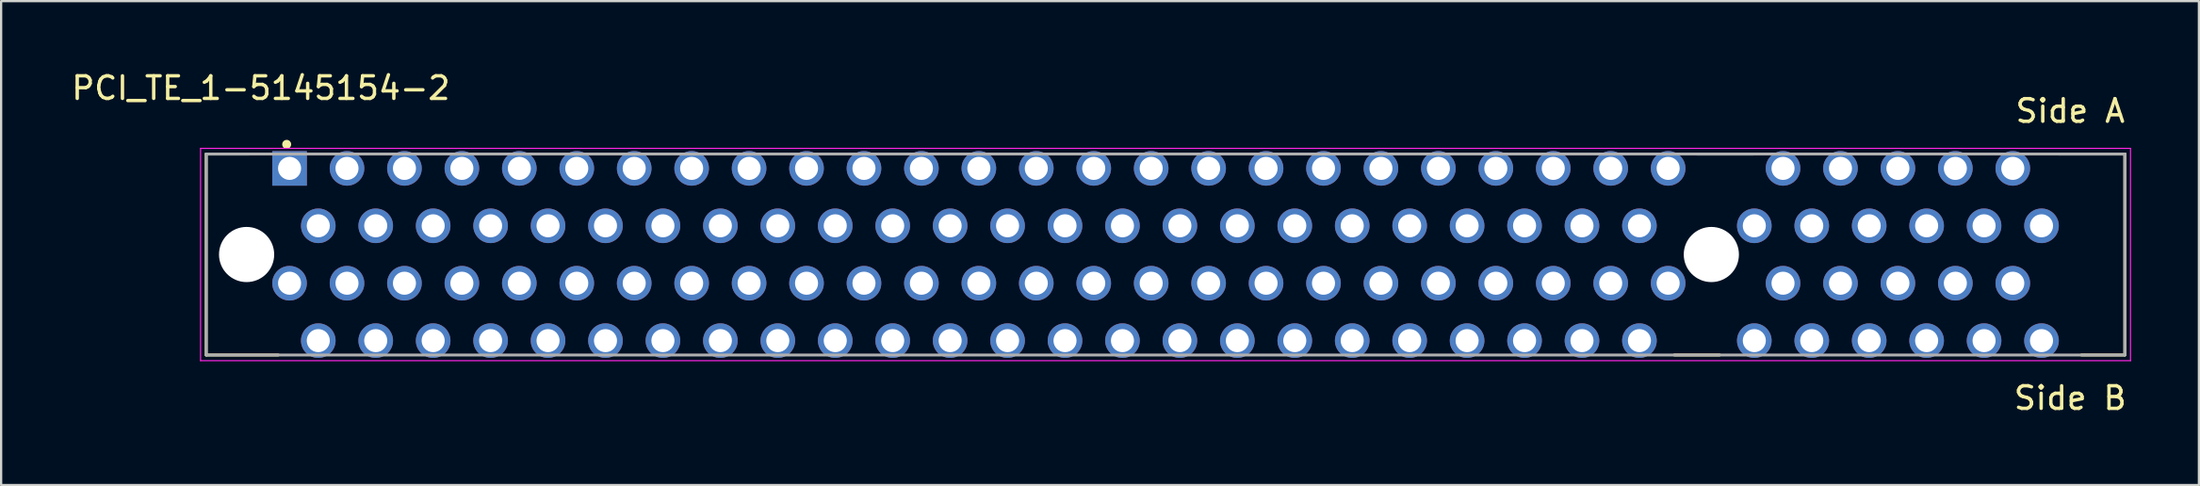
<source format=kicad_pcb>
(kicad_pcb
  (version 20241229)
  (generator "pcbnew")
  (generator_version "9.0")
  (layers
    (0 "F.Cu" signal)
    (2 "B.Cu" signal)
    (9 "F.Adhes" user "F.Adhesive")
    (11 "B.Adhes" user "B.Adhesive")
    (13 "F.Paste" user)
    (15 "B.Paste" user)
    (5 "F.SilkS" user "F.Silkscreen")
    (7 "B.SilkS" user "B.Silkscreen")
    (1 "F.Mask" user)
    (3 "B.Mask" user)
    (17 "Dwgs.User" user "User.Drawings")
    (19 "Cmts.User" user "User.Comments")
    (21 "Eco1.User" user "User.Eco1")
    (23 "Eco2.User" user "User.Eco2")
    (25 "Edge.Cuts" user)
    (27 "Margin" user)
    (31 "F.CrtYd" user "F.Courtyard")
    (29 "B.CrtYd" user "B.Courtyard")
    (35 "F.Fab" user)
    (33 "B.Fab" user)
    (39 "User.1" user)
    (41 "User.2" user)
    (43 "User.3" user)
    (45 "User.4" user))
  (footprint "PCI_TE_1-5145154-2"
    (layer "F.Cu")
    (at 50.394 6.938)
    (property "Reference" "PCI_TE_1-5145154-2" (at -41.91 -6.09 180) (layer "F.SilkS") (effects (font (size 1 1) (thickness 0.15))))
    (attr through_hole)
    (fp_line (start -44.325 -3.175) (end -42.415 -3.175) (stroke (width 0.127) (type solid)) (layer "F.SilkS"))
    (fp_line (start -44.325 5.715) (end -44.325 -3.175) (stroke (width 0.127) (type solid)) (layer "F.SilkS"))
    (fp_line (start -41.14 5.715) (end -44.325 5.715) (stroke (width 0.127) (type solid)) (layer "F.SilkS"))
    (fp_line (start 22.595 5.715) (end 20.595 5.715) (stroke (width 0.127) (type solid)) (layer "F.SilkS"))
    (fp_line (start 24.095 -3.175) (end 21.595 -3.175) (stroke (width 0.127) (type solid)) (layer "F.SilkS"))
    (fp_line (start 40.515 -3.175) (end 37.595 -3.175) (stroke (width 0.127) (type solid)) (layer "F.SilkS"))
    (fp_line (start 40.515 -3.175) (end 40.515 5.715) (stroke (width 0.127) (type solid)) (layer "F.SilkS"))
    (fp_line (start 40.515 5.715) (end 38.595 5.715) (stroke (width 0.127) (type solid)) (layer "F.SilkS"))
    (fp_circle (center -40.767 -3.603) (end -40.867 -3.603) (stroke (width 0.2) (type solid)) (fill no) (layer "F.SilkS"))
    (fp_line (start -44.575 -3.425) (end 40.765 -3.425) (stroke (width 0.05) (type solid)) (layer "F.CrtYd"))
    (fp_line (start -44.575 5.965) (end -44.575 -3.425) (stroke (width 0.05) (type solid)) (layer "F.CrtYd"))
    (fp_line (start 40.765 -3.425) (end 40.765 5.965) (stroke (width 0.05) (type solid)) (layer "F.CrtYd"))
    (fp_line (start 40.765 5.965) (end -44.575 5.965) (stroke (width 0.05) (type solid)) (layer "F.CrtYd"))
    (fp_line (start -44.325 -3.175) (end 40.515 -3.175) (stroke (width 0.127) (type solid)) (layer "F.Fab"))
    (fp_line (start -44.325 5.715) (end -44.325 -3.175) (stroke (width 0.127) (type solid)) (layer "F.Fab"))
    (fp_line (start 40.515 -3.175) (end 40.515 5.715) (stroke (width 0.127) (type solid)) (layer "F.Fab"))
    (fp_line (start 40.515 5.715) (end -44.325 5.715) (stroke (width 0.127) (type solid)) (layer "F.Fab"))
    (fp_text user "Side A" (at 38.1 -5.08 0) (unlocked yes) (layer "F.SilkS") (effects (font (size 1 1) (thickness 0.15))))
    (fp_text user "Side B" (at 38.1 7.62 0) (unlocked yes) (layer "F.SilkS") (effects (font (size 1 1) (thickness 0.15))))
    (pad "" np_thru_hole circle (at -42.54 1.27 180) (size 2.44 2.44) (drill 2.44) (layers "*.Cu" "*.Mask"))
    (pad "" np_thru_hole circle (at 22.23 1.27 180) (size 2.44 2.44) (drill 2.44) (layers "*.Cu" "*.Mask"))
    (pad "A1" thru_hole rect (at -40.64 -2.54 180) (size 1.53 1.53) (drill 1.02) (layers "*.Cu" "*.Mask"))
    (pad "A2" thru_hole circle (at -39.37 0 180) (size 1.53 1.53) (drill 1.02) (layers "*.Cu" "*.Mask"))
    (pad "A3" thru_hole circle (at -38.1 -2.54 180) (size 1.53 1.53) (drill 1.02) (layers "*.Cu" "*.Mask"))
    (pad "A4" thru_hole circle (at -36.83 0 180) (size 1.53 1.53) (drill 1.02) (layers "*.Cu" "*.Mask"))
    (pad "A5" thru_hole circle (at -35.56 -2.54 180) (size 1.53 1.53) (drill 1.02) (layers "*.Cu" "*.Mask"))
    (pad "A6" thru_hole circle (at -34.29 0 180) (size 1.53 1.53) (drill 1.02) (layers "*.Cu" "*.Mask"))
    (pad "A7" thru_hole circle (at -33.02 -2.54 180) (size 1.53 1.53) (drill 1.02) (layers "*.Cu" "*.Mask"))
    (pad "A8" thru_hole circle (at -31.75 0 180) (size 1.53 1.53) (drill 1.02) (layers "*.Cu" "*.Mask"))
    (pad "A9" thru_hole circle (at -30.48 -2.54 180) (size 1.53 1.53) (drill 1.02) (layers "*.Cu" "*.Mask"))
    (pad "A10" thru_hole circle (at -29.21 0 180) (size 1.53 1.53) (drill 1.02) (layers "*.Cu" "*.Mask"))
    (pad "A11" thru_hole circle (at -27.94 -2.54 180) (size 1.53 1.53) (drill 1.02) (layers "*.Cu" "*.Mask"))
    (pad "A12" thru_hole circle (at -26.67 0 180) (size 1.53 1.53) (drill 1.02) (layers "*.Cu" "*.Mask"))
    (pad "A13" thru_hole circle (at -25.4 -2.54 180) (size 1.53 1.53) (drill 1.02) (layers "*.Cu" "*.Mask"))
    (pad "A14" thru_hole circle (at -24.13 0 180) (size 1.53 1.53) (drill 1.02) (layers "*.Cu" "*.Mask"))
    (pad "A15" thru_hole circle (at -22.86 -2.54 180) (size 1.53 1.53) (drill 1.02) (layers "*.Cu" "*.Mask"))
    (pad "A16" thru_hole circle (at -21.59 0 180) (size 1.53 1.53) (drill 1.02) (layers "*.Cu" "*.Mask"))
    (pad "A17" thru_hole circle (at -20.32 -2.54 180) (size 1.53 1.53) (drill 1.02) (layers "*.Cu" "*.Mask"))
    (pad "A18" thru_hole circle (at -19.05 0 180) (size 1.53 1.53) (drill 1.02) (layers "*.Cu" "*.Mask"))
    (pad "A19" thru_hole circle (at -17.78 -2.54 180) (size 1.53 1.53) (drill 1.02) (layers "*.Cu" "*.Mask"))
    (pad "A20" thru_hole circle (at -16.51 0 180) (size 1.53 1.53) (drill 1.02) (layers "*.Cu" "*.Mask"))
    (pad "A21" thru_hole circle (at -15.24 -2.54 180) (size 1.53 1.53) (drill 1.02) (layers "*.Cu" "*.Mask"))
    (pad "A22" thru_hole circle (at -13.97 0 180) (size 1.53 1.53) (drill 1.02) (layers "*.Cu" "*.Mask"))
    (pad "A23" thru_hole circle (at -12.7 -2.54 180) (size 1.53 1.53) (drill 1.02) (layers "*.Cu" "*.Mask"))
    (pad "A24" thru_hole circle (at -11.43 0 180) (size 1.53 1.53) (drill 1.02) (layers "*.Cu" "*.Mask"))
    (pad "A25" thru_hole circle (at -10.16 -2.54 180) (size 1.53 1.53) (drill 1.02) (layers "*.Cu" "*.Mask"))
    (pad "A26" thru_hole circle (at -8.89 0 180) (size 1.53 1.53) (drill 1.02) (layers "*.Cu" "*.Mask"))
    (pad "A27" thru_hole circle (at -7.62 -2.54 180) (size 1.53 1.53) (drill 1.02) (layers "*.Cu" "*.Mask"))
    (pad "A28" thru_hole circle (at -6.35 0 180) (size 1.53 1.53) (drill 1.02) (layers "*.Cu" "*.Mask"))
    (pad "A29" thru_hole circle (at -5.08 -2.54 180) (size 1.53 1.53) (drill 1.02) (layers "*.Cu" "*.Mask"))
    (pad "A30" thru_hole circle (at -3.81 0 180) (size 1.53 1.53) (drill 1.02) (layers "*.Cu" "*.Mask"))
    (pad "A31" thru_hole circle (at -2.54 -2.54 180) (size 1.53 1.53) (drill 1.02) (layers "*.Cu" "*.Mask"))
    (pad "A32" thru_hole circle (at -1.27 0 180) (size 1.53 1.53) (drill 1.02) (layers "*.Cu" "*.Mask"))
    (pad "A33" thru_hole circle (at 0 -2.54 180) (size 1.53 1.53) (drill 1.02) (layers "*.Cu" "*.Mask"))
    (pad "A34" thru_hole circle (at 1.27 0 180) (size 1.53 1.53) (drill 1.02) (layers "*.Cu" "*.Mask"))
    (pad "A35" thru_hole circle (at 2.54 -2.54 180) (size 1.53 1.53) (drill 1.02) (layers "*.Cu" "*.Mask"))
    (pad "A36" thru_hole circle (at 3.81 0 180) (size 1.53 1.53) (drill 1.02) (layers "*.Cu" "*.Mask"))
    (pad "A37" thru_hole circle (at 5.08 -2.54 180) (size 1.53 1.53) (drill 1.02) (layers "*.Cu" "*.Mask"))
    (pad "A38" thru_hole circle (at 6.35 0 180) (size 1.53 1.53) (drill 1.02) (layers "*.Cu" "*.Mask"))
    (pad "A39" thru_hole circle (at 7.62 -2.54 180) (size 1.53 1.53) (drill 1.02) (layers "*.Cu" "*.Mask"))
    (pad "A40" thru_hole circle (at 8.89 0 180) (size 1.53 1.53) (drill 1.02) (layers "*.Cu" "*.Mask"))
    (pad "A41" thru_hole circle (at 10.16 -2.54 180) (size 1.53 1.53) (drill 1.02) (layers "*.Cu" "*.Mask"))
    (pad "A42" thru_hole circle (at 11.43 0 180) (size 1.53 1.53) (drill 1.02) (layers "*.Cu" "*.Mask"))
    (pad "A43" thru_hole circle (at 12.7 -2.54 180) (size 1.53 1.53) (drill 1.02) (layers "*.Cu" "*.Mask"))
    (pad "A44" thru_hole circle (at 13.97 0 180) (size 1.53 1.53) (drill 1.02) (layers "*.Cu" "*.Mask"))
    (pad "A45" thru_hole circle (at 15.24 -2.54 180) (size 1.53 1.53) (drill 1.02) (layers "*.Cu" "*.Mask"))
    (pad "A46" thru_hole circle (at 16.51 0 180) (size 1.53 1.53) (drill 1.02) (layers "*.Cu" "*.Mask"))
    (pad "A47" thru_hole circle (at 17.78 -2.54 180) (size 1.53 1.53) (drill 1.02) (layers "*.Cu" "*.Mask"))
    (pad "A48" thru_hole circle (at 19.05 0 180) (size 1.53 1.53) (drill 1.02) (layers "*.Cu" "*.Mask"))
    (pad "A49" thru_hole circle (at 20.32 -2.54 180) (size 1.53 1.53) (drill 1.02) (layers "*.Cu" "*.Mask"))
    (pad "A52" thru_hole circle (at 24.13 0 180) (size 1.53 1.53) (drill 1.02) (layers "*.Cu" "*.Mask"))
    (pad "A53" thru_hole circle (at 25.4 -2.54 180) (size 1.53 1.53) (drill 1.02) (layers "*.Cu" "*.Mask"))
    (pad "A54" thru_hole circle (at 26.67 0 180) (size 1.53 1.53) (drill 1.02) (layers "*.Cu" "*.Mask"))
    (pad "A55" thru_hole circle (at 27.94 -2.54 180) (size 1.53 1.53) (drill 1.02) (layers "*.Cu" "*.Mask"))
    (pad "A56" thru_hole circle (at 29.21 0 180) (size 1.53 1.53) (drill 1.02) (layers "*.Cu" "*.Mask"))
    (pad "A57" thru_hole circle (at 30.48 -2.54 180) (size 1.53 1.53) (drill 1.02) (layers "*.Cu" "*.Mask"))
    (pad "A58" thru_hole circle (at 31.75 0 180) (size 1.53 1.53) (drill 1.02) (layers "*.Cu" "*.Mask"))
    (pad "A59" thru_hole circle (at 33.02 -2.54 180) (size 1.53 1.53) (drill 1.02) (layers "*.Cu" "*.Mask"))
    (pad "A60" thru_hole circle (at 34.29 0 180) (size 1.53 1.53) (drill 1.02) (layers "*.Cu" "*.Mask"))
    (pad "A61" thru_hole circle (at 35.56 -2.54 180) (size 1.53 1.53) (drill 1.02) (layers "*.Cu" "*.Mask"))
    (pad "A62" thru_hole circle (at 36.83 0 180) (size 1.53 1.53) (drill 1.02) (layers "*.Cu" "*.Mask"))
    (pad "B1" thru_hole circle (at -40.64 2.54 180) (size 1.53 1.53) (drill 1.02) (layers "*.Cu" "*.Mask"))
    (pad "B2" thru_hole circle (at -39.37 5.08 180) (size 1.53 1.53) (drill 1.02) (layers "*.Cu" "*.Mask"))
    (pad "B3" thru_hole circle (at -38.1 2.54 180) (size 1.53 1.53) (drill 1.02) (layers "*.Cu" "*.Mask"))
    (pad "B4" thru_hole circle (at -36.83 5.08 180) (size 1.53 1.53) (drill 1.02) (layers "*.Cu" "*.Mask"))
    (pad "B5" thru_hole circle (at -35.56 2.54 180) (size 1.53 1.53) (drill 1.02) (layers "*.Cu" "*.Mask"))
    (pad "B6" thru_hole circle (at -34.29 5.08 180) (size 1.53 1.53) (drill 1.02) (layers "*.Cu" "*.Mask"))
    (pad "B7" thru_hole circle (at -33.02 2.54 180) (size 1.53 1.53) (drill 1.02) (layers "*.Cu" "*.Mask"))
    (pad "B8" thru_hole circle (at -31.75 5.08 180) (size 1.53 1.53) (drill 1.02) (layers "*.Cu" "*.Mask"))
    (pad "B9" thru_hole circle (at -30.48 2.54 180) (size 1.53 1.53) (drill 1.02) (layers "*.Cu" "*.Mask"))
    (pad "B10" thru_hole circle (at -29.21 5.08 180) (size 1.53 1.53) (drill 1.02) (layers "*.Cu" "*.Mask"))
    (pad "B11" thru_hole circle (at -27.94 2.54 180) (size 1.53 1.53) (drill 1.02) (layers "*.Cu" "*.Mask"))
    (pad "B12" thru_hole circle (at -26.67 5.08 180) (size 1.53 1.53) (drill 1.02) (layers "*.Cu" "*.Mask"))
    (pad "B13" thru_hole circle (at -25.4 2.54 180) (size 1.53 1.53) (drill 1.02) (layers "*.Cu" "*.Mask"))
    (pad "B14" thru_hole circle (at -24.13 5.08 180) (size 1.53 1.53) (drill 1.02) (layers "*.Cu" "*.Mask"))
    (pad "B15" thru_hole circle (at -22.86 2.54 180) (size 1.53 1.53) (drill 1.02) (layers "*.Cu" "*.Mask"))
    (pad "B16" thru_hole circle (at -21.59 5.08 180) (size 1.53 1.53) (drill 1.02) (layers "*.Cu" "*.Mask"))
    (pad "B17" thru_hole circle (at -20.32 2.54 180) (size 1.53 1.53) (drill 1.02) (layers "*.Cu" "*.Mask"))
    (pad "B18" thru_hole circle (at -19.05 5.08 180) (size 1.53 1.53) (drill 1.02) (layers "*.Cu" "*.Mask"))
    (pad "B19" thru_hole circle (at -17.78 2.54 180) (size 1.53 1.53) (drill 1.02) (layers "*.Cu" "*.Mask"))
    (pad "B20" thru_hole circle (at -16.51 5.08 180) (size 1.53 1.53) (drill 1.02) (layers "*.Cu" "*.Mask"))
    (pad "B21" thru_hole circle (at -15.24 2.54 180) (size 1.53 1.53) (drill 1.02) (layers "*.Cu" "*.Mask"))
    (pad "B22" thru_hole circle (at -13.97 5.08 180) (size 1.53 1.53) (drill 1.02) (layers "*.Cu" "*.Mask"))
    (pad "B23" thru_hole circle (at -12.7 2.54 180) (size 1.53 1.53) (drill 1.02) (layers "*.Cu" "*.Mask"))
    (pad "B24" thru_hole circle (at -11.43 5.08 180) (size 1.53 1.53) (drill 1.02) (layers "*.Cu" "*.Mask"))
    (pad "B25" thru_hole circle (at -10.16 2.54 180) (size 1.53 1.53) (drill 1.02) (layers "*.Cu" "*.Mask"))
    (pad "B26" thru_hole circle (at -8.89 5.08 180) (size 1.53 1.53) (drill 1.02) (layers "*.Cu" "*.Mask"))
    (pad "B27" thru_hole circle (at -7.62 2.54 180) (size 1.53 1.53) (drill 1.02) (layers "*.Cu" "*.Mask"))
    (pad "B28" thru_hole circle (at -6.35 5.08 180) (size 1.53 1.53) (drill 1.02) (layers "*.Cu" "*.Mask"))
    (pad "B29" thru_hole circle (at -5.08 2.54 180) (size 1.53 1.53) (drill 1.02) (layers "*.Cu" "*.Mask"))
    (pad "B30" thru_hole circle (at -3.81 5.08 180) (size 1.53 1.53) (drill 1.02) (layers "*.Cu" "*.Mask"))
    (pad "B31" thru_hole circle (at -2.54 2.54 180) (size 1.53 1.53) (drill 1.02) (layers "*.Cu" "*.Mask"))
    (pad "B32" thru_hole circle (at -1.27 5.08 180) (size 1.53 1.53) (drill 1.02) (layers "*.Cu" "*.Mask"))
    (pad "B33" thru_hole circle (at 0 2.54 180) (size 1.53 1.53) (drill 1.02) (layers "*.Cu" "*.Mask"))
    (pad "B34" thru_hole circle (at 1.27 5.08 180) (size 1.53 1.53) (drill 1.02) (layers "*.Cu" "*.Mask"))
    (pad "B35" thru_hole circle (at 2.54 2.54 180) (size 1.53 1.53) (drill 1.02) (layers "*.Cu" "*.Mask"))
    (pad "B36" thru_hole circle (at 3.81 5.08 180) (size 1.53 1.53) (drill 1.02) (layers "*.Cu" "*.Mask"))
    (pad "B37" thru_hole circle (at 5.08 2.54 180) (size 1.53 1.53) (drill 1.02) (layers "*.Cu" "*.Mask"))
    (pad "B38" thru_hole circle (at 6.35 5.08 180) (size 1.53 1.53) (drill 1.02) (layers "*.Cu" "*.Mask"))
    (pad "B39" thru_hole circle (at 7.62 2.54 180) (size 1.53 1.53) (drill 1.02) (layers "*.Cu" "*.Mask"))
    (pad "B40" thru_hole circle (at 8.89 5.08 180) (size 1.53 1.53) (drill 1.02) (layers "*.Cu" "*.Mask"))
    (pad "B41" thru_hole circle (at 10.16 2.54 180) (size 1.53 1.53) (drill 1.02) (layers "*.Cu" "*.Mask"))
    (pad "B42" thru_hole circle (at 11.43 5.08 180) (size 1.53 1.53) (drill 1.02) (layers "*.Cu" "*.Mask"))
    (pad "B43" thru_hole circle (at 12.7 2.54 180) (size 1.53 1.53) (drill 1.02) (layers "*.Cu" "*.Mask"))
    (pad "B44" thru_hole circle (at 13.97 5.08 180) (size 1.53 1.53) (drill 1.02) (layers "*.Cu" "*.Mask"))
    (pad "B45" thru_hole circle (at 15.24 2.54 180) (size 1.53 1.53) (drill 1.02) (layers "*.Cu" "*.Mask"))
    (pad "B46" thru_hole circle (at 16.51 5.08 180) (size 1.53 1.53) (drill 1.02) (layers "*.Cu" "*.Mask"))
    (pad "B47" thru_hole circle (at 17.78 2.54 180) (size 1.53 1.53) (drill 1.02) (layers "*.Cu" "*.Mask"))
    (pad "B48" thru_hole circle (at 19.05 5.08 180) (size 1.53 1.53) (drill 1.02) (layers "*.Cu" "*.Mask"))
    (pad "B49" thru_hole circle (at 20.32 2.54 180) (size 1.53 1.53) (drill 1.02) (layers "*.Cu" "*.Mask"))
    (pad "B52" thru_hole circle (at 24.13 5.08 180) (size 1.53 1.53) (drill 1.02) (layers "*.Cu" "*.Mask"))
    (pad "B53" thru_hole circle (at 25.4 2.54 180) (size 1.53 1.53) (drill 1.02) (layers "*.Cu" "*.Mask"))
    (pad "B54" thru_hole circle (at 26.67 5.08 180) (size 1.53 1.53) (drill 1.02) (layers "*.Cu" "*.Mask"))
    (pad "B55" thru_hole circle (at 27.94 2.54 180) (size 1.53 1.53) (drill 1.02) (layers "*.Cu" "*.Mask"))
    (pad "B56" thru_hole circle (at 29.21 5.08 180) (size 1.53 1.53) (drill 1.02) (layers "*.Cu" "*.Mask"))
    (pad "B57" thru_hole circle (at 30.48 2.54 180) (size 1.53 1.53) (drill 1.02) (layers "*.Cu" "*.Mask"))
    (pad "B58" thru_hole circle (at 31.75 5.08 180) (size 1.53 1.53) (drill 1.02) (layers "*.Cu" "*.Mask"))
    (pad "B59" thru_hole circle (at 33.02 2.54 180) (size 1.53 1.53) (drill 1.02) (layers "*.Cu" "*.Mask"))
    (pad "B60" thru_hole circle (at 34.29 5.08 180) (size 1.53 1.53) (drill 1.02) (layers "*.Cu" "*.Mask"))
    (pad "B61" thru_hole circle (at 35.56 2.54 180) (size 1.53 1.53) (drill 1.02) (layers "*.Cu" "*.Mask"))
    (pad "B62" thru_hole circle (at 36.83 5.08 180) (size 1.53 1.53) (drill 1.02) (layers "*.Cu" "*.Mask")))
  (gr_rect
    (start -3 -3)
    (end 94.184 18.407)
    (stroke (width 0.1) (type default))
    (fill no)
    (layer "Edge.Cuts")))
</source>
